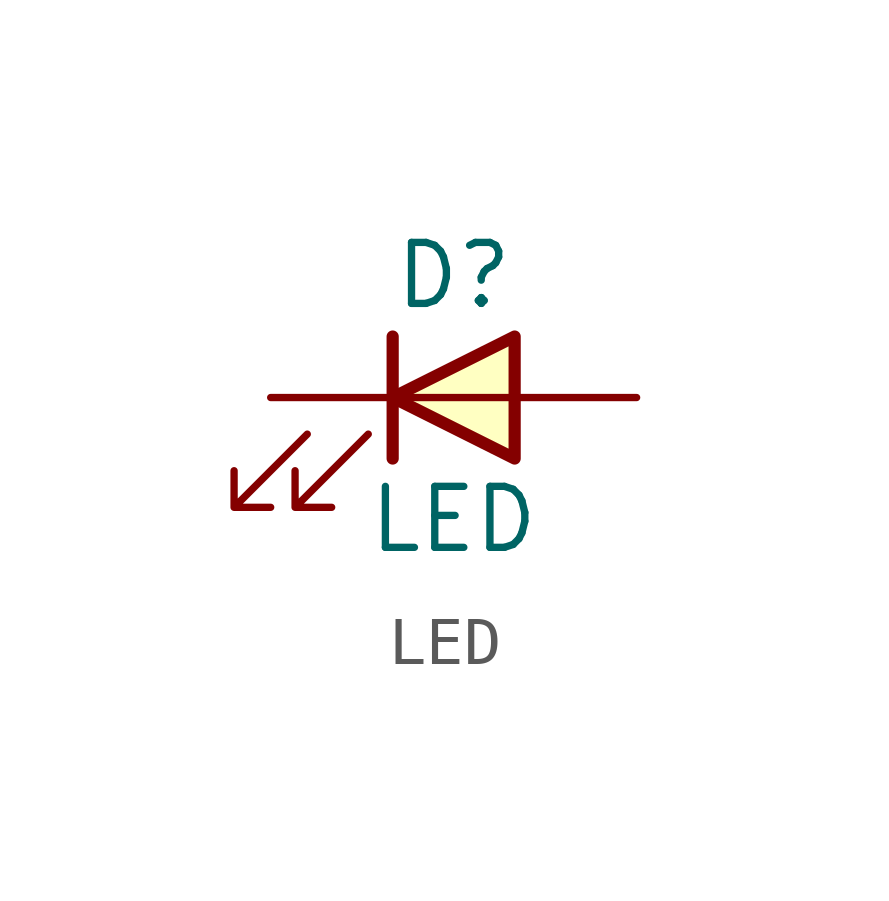
<source format=kicad_sym>
(kicad_symbol_lib
  (version 20211014)
  (generator kicad_symbol_editor)
  (symbol "LED"
    (pin_numbers hide)
    (pin_names
      (offset 1.016) hide)
    (property "Reference" "D"
      (at 0 2.54 0)
      (effects (font (size 1.27 1.27))))
    (property "Value" "LED"
      (at 0 -2.54 0)
      (effects (font (size 1.27 1.27))))
    (symbol "LED_0_1"
      (polyline (pts (xy -1.27 -1.27) (xy -1.27 1.27)) (stroke (width 0.254) (type default) (color 0 0 0 0)) (fill (type none)))
      (polyline (pts (xy -1.27 0) (xy 1.27 0)) (stroke (width 0) (type default) (color 0 0 0 0)) (fill (type none)))
      (polyline (pts (xy 1.27 -1.27) (xy 1.27 1.27) (xy -1.27 0) (xy 1.27 -1.27)) (stroke (width 0.254) (type default) (color 0 0 0 0)) (fill (type background)))
      (polyline (pts (xy -3.048 -0.762) (xy -4.572 -2.286) (xy -3.81 -2.286) (xy -4.572 -2.286) (xy -4.572 -1.524)) (stroke (width 0) (type default) (color 0 0 0 0)) (fill (type none)))
      (polyline (pts (xy -1.778 -0.762) (xy -3.302 -2.286) (xy -2.54 -2.286) (xy -3.302 -2.286) (xy -3.302 -1.524)) (stroke (width 0) (type default) (color 0 0 0 0)) (fill (type none))))
    (symbol "LED_1_1"
      (pin passive line (at -3.81 0 0) (length 2.54) (name "K" (effects (font (size 1.27 1.27)))) (number "1" (effects (font (size 1.27 1.27)))))
      (pin passive line (at 3.81 0 180) (length 2.54) (name "A" (effects (font (size 1.27 1.27)))) (number "2" (effects (font (size 1.27 1.27))))))))
</source>
